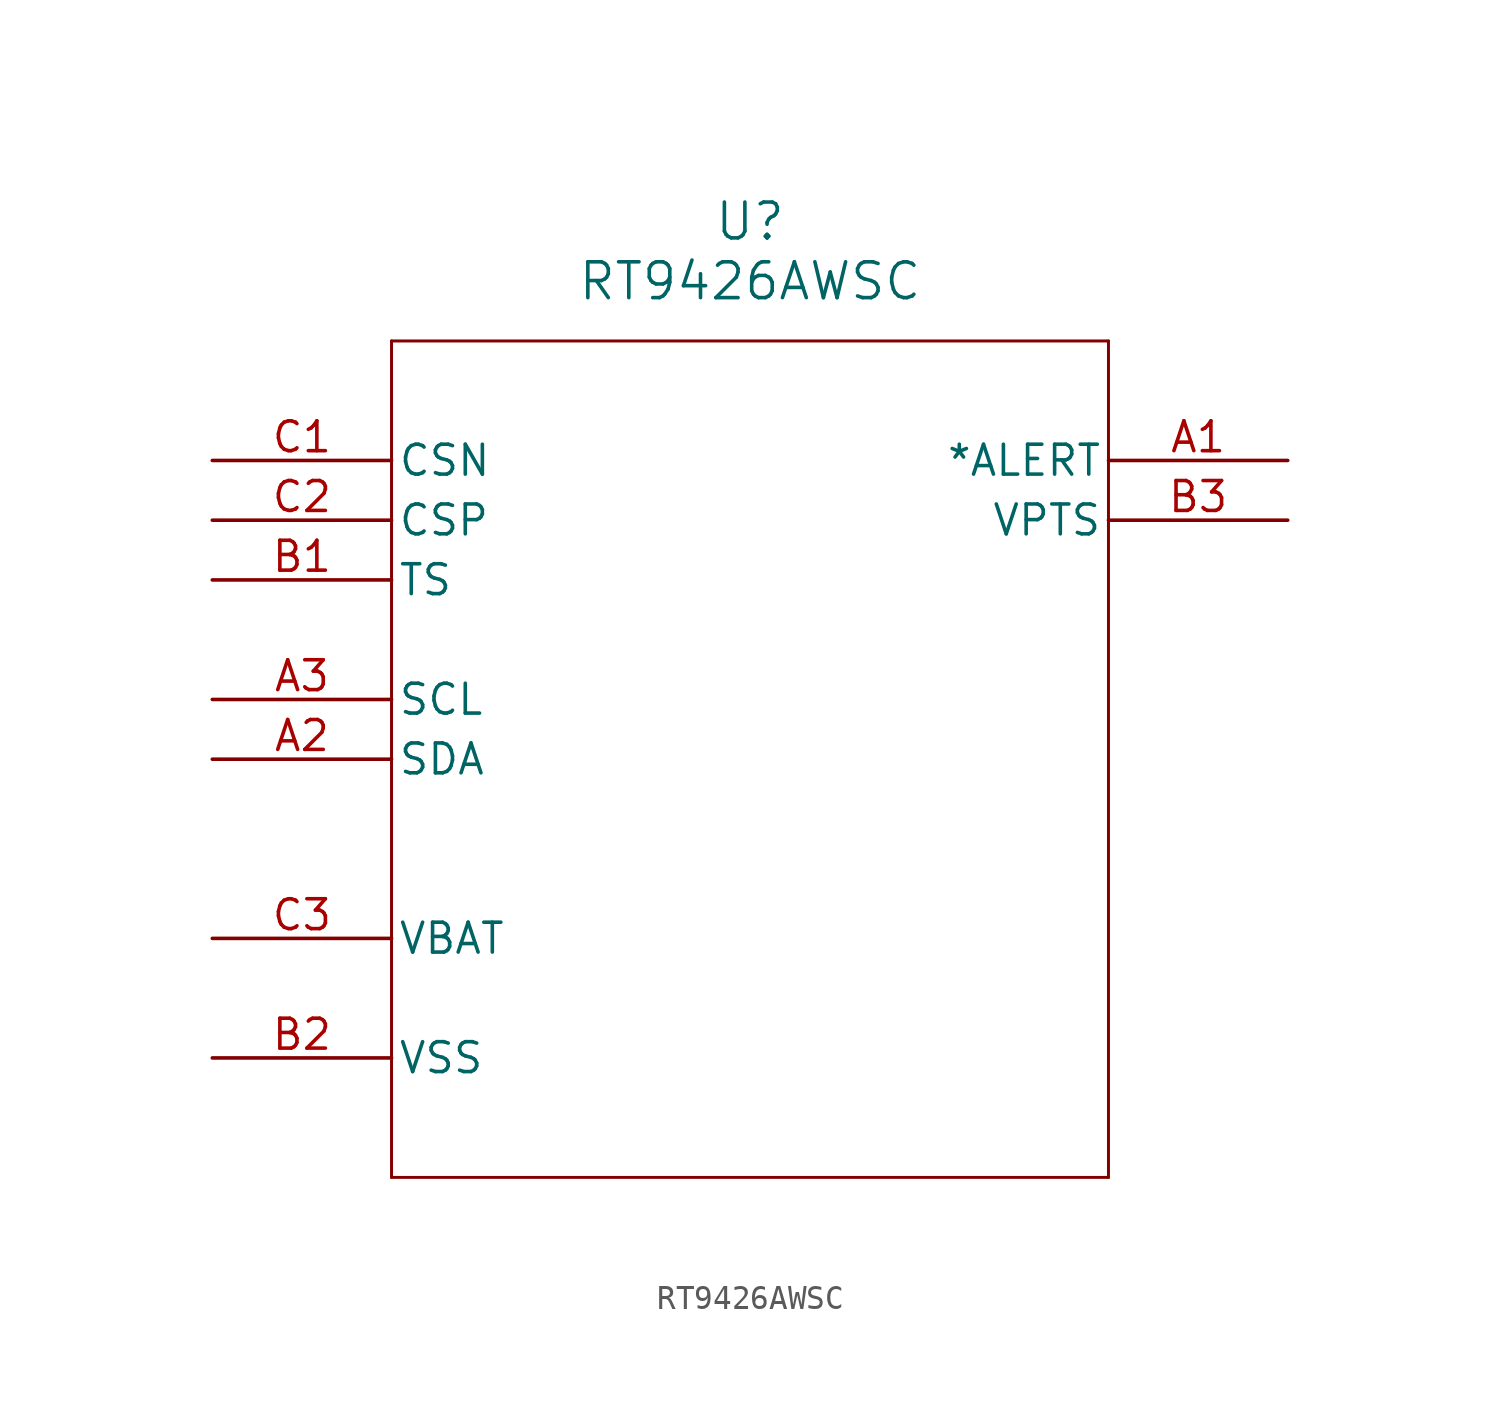
<source format=kicad_sym>
(kicad_symbol_lib
  (version 20211014)
  (generator kicad_symbol_editor)
  (symbol "RT9426AWSC"
    (pin_names
      (offset 0.254))
    (property "Reference" "U"
      (at 22.86 10.16 0)
      (effects (font (size 1.524 1.524))))
    (property "Value" "RT9426AWSC"
      (at 22.86 7.62 0)
      (effects (font (size 1.524 1.524))))
    (symbol "RT9426AWSC_0_1"
      (polyline (pts (xy 7.62 5.08) (xy 7.62 -30.48)) (stroke (width 0.127) (type default) (color 0 0 0 0)) (fill (type none)))
      (polyline (pts (xy 7.62 -30.48) (xy 38.1 -30.48)) (stroke (width 0.127) (type default) (color 0 0 0 0)) (fill (type none)))
      (polyline (pts (xy 38.1 -30.48) (xy 38.1 5.08)) (stroke (width 0.127) (type default) (color 0 0 0 0)) (fill (type none)))
      (polyline (pts (xy 38.1 5.08) (xy 7.62 5.08)) (stroke (width 0.127) (type default) (color 0 0 0 0)) (fill (type none)))
      (pin output line (at 45.72 0 180) (length 7.62) (name "*ALERT" (effects (font (size 1.27 1.27)))) (number "A1" (effects (font (size 1.27 1.27)))))
      (pin unspecified line (at 0 -12.7 0) (length 7.62) (name "SDA" (effects (font (size 1.27 1.27)))) (number "A2" (effects (font (size 1.27 1.27)))))
      (pin unspecified line (at 0 -10.16 0) (length 7.62) (name "SCL" (effects (font (size 1.27 1.27)))) (number "A3" (effects (font (size 1.27 1.27)))))
      (pin input line (at 0 -5.08 0) (length 7.62) (name "TS" (effects (font (size 1.27 1.27)))) (number "B1" (effects (font (size 1.27 1.27)))))
      (pin power_out line (at 0 -25.4 0) (length 7.62) (name "VSS" (effects (font (size 1.27 1.27)))) (number "B2" (effects (font (size 1.27 1.27)))))
      (pin output line (at 45.72 -2.54 180) (length 7.62) (name "VPTS" (effects (font (size 1.27 1.27)))) (number "B3" (effects (font (size 1.27 1.27)))))
      (pin input line (at 0 0 0) (length 7.62) (name "CSN" (effects (font (size 1.27 1.27)))) (number "C1" (effects (font (size 1.27 1.27)))))
      (pin input line (at 0 -2.54 0) (length 7.62) (name "CSP" (effects (font (size 1.27 1.27)))) (number "C2" (effects (font (size 1.27 1.27)))))
      (pin power_in line (at 0 -20.32 0) (length 7.62) (name "VBAT" (effects (font (size 1.27 1.27)))) (number "C3" (effects (font (size 1.27 1.27))))))))
</source>
